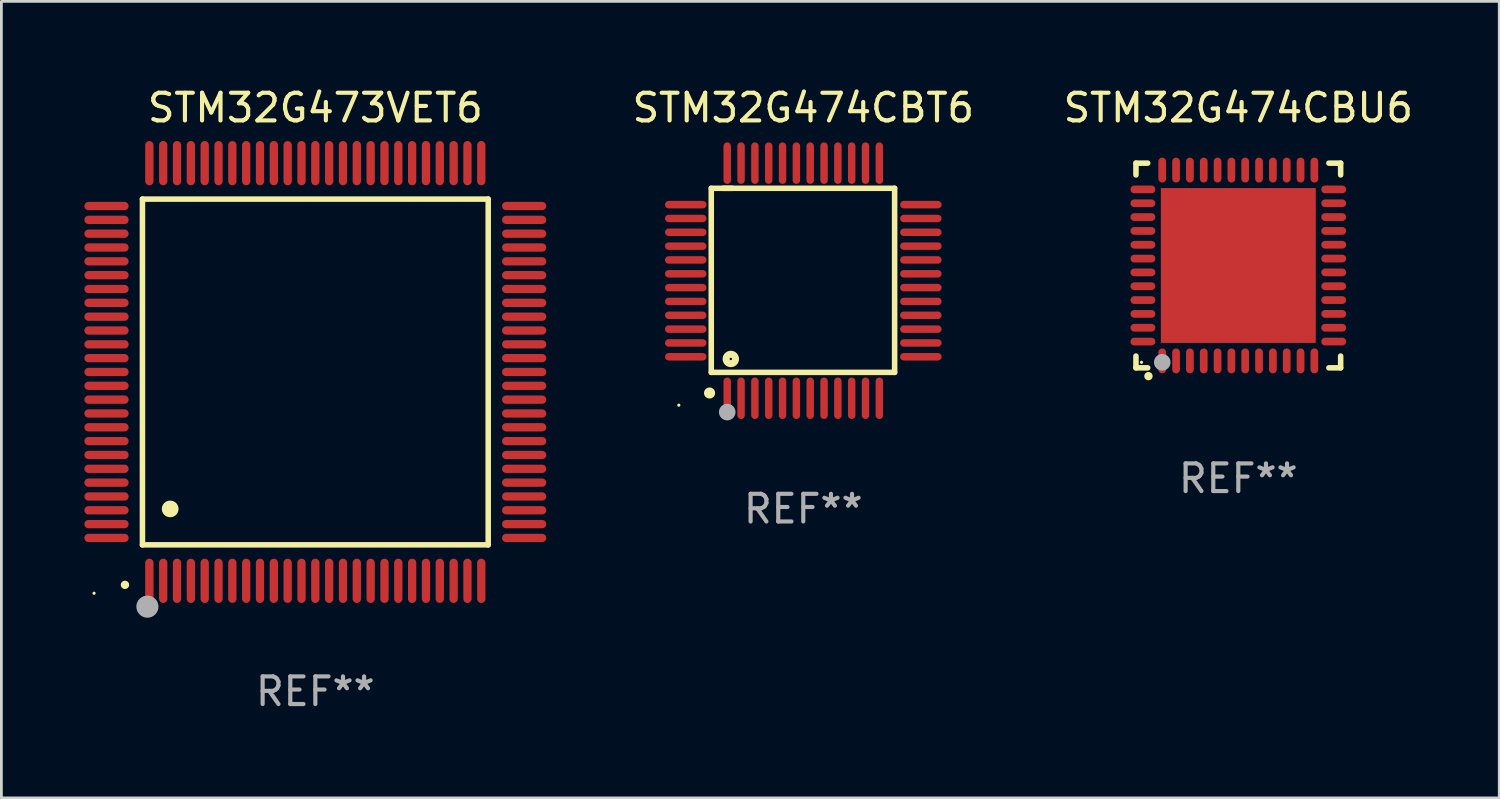
<source format=kicad_pcb>
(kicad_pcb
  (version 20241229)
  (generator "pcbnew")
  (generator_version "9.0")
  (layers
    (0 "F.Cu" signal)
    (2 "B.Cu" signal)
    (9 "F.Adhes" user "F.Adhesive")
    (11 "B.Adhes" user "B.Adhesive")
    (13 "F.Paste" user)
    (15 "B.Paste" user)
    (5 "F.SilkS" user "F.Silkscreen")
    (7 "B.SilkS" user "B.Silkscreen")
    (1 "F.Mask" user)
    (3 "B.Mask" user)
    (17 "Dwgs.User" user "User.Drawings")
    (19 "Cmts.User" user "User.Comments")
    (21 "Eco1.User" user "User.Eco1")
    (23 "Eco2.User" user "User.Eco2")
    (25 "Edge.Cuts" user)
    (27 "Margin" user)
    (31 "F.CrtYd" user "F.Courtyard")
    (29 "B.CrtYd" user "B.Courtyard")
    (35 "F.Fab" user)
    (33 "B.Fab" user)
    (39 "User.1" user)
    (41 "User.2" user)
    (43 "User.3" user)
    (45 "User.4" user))
  (footprint "STM32G474CBU6"
    (layer "F.Cu")
    (at 41.718 6.548)
    (property "Reference" "STM32G474CBU6" (at 0 -5.7 0) (layer "F.SilkS") (effects (font (size 1 1) (thickness 0.15))))
    (attr through_hole)
    (fp_line (start -3.7 -3.7) (end -3.275 -3.7) (stroke (width 0.2) (type solid)) (layer "F.SilkS"))
    (fp_line (start -3.7 -3.275) (end -3.7 -3.7) (stroke (width 0.2) (type solid)) (layer "F.SilkS"))
    (fp_line (start -3.7 3.7) (end -3.7 3.275) (stroke (width 0.2) (type solid)) (layer "F.SilkS"))
    (fp_line (start -3.275 3.7) (end -3.7 3.7) (stroke (width 0.2) (type solid)) (layer "F.SilkS"))
    (fp_line (start 3.7 -3.7) (end 3.275 -3.7) (stroke (width 0.2) (type solid)) (layer "F.SilkS"))
    (fp_line (start 3.7 -3.275) (end 3.7 -3.7) (stroke (width 0.2) (type solid)) (layer "F.SilkS"))
    (fp_line (start 3.7 3.275) (end 3.7 3.7) (stroke (width 0.2) (type solid)) (layer "F.SilkS"))
    (fp_line (start 3.7 3.7) (end 3.275 3.7) (stroke (width 0.2) (type solid)) (layer "F.SilkS"))
    (fp_arc (start -3.249936 3.999975) (mid -3.248666 3.99997) (end -3.247396 3.999975) (stroke (width 0.3) (type solid)) (layer "F.SilkS"))
    (fp_circle (center -3.5 3.5) (end -3.47 3.5) (stroke (width 0.06) (type solid)) (fill no) (layer "F.SilkS"))
    (fp_circle (center -2.75 3.5) (end -2.6 3.5) (stroke (width 0.3) (type solid)) (fill no) (layer "F.Fab"))
    (fp_text user "REF**" (at 0 7.7 0) (layer "F.Fab") (effects (font (size 1 1) (thickness 0.15))))
    (pad "1" smd oval (at -2.751 3.449) (size 0.28 0.9) (layers "F.Cu" "F.Mask" "F.Paste"))
    (pad "2" smd oval (at -2.25 3.449) (size 0.28 0.9) (layers "F.Cu" "F.Mask" "F.Paste"))
    (pad "3" smd oval (at -1.75 3.449) (size 0.28 0.9) (layers "F.Cu" "F.Mask" "F.Paste"))
    (pad "4" smd oval (at -1.25 3.449) (size 0.28 0.9) (layers "F.Cu" "F.Mask" "F.Paste"))
    (pad "5" smd oval (at -0.749 3.449) (size 0.28 0.9) (layers "F.Cu" "F.Mask" "F.Paste"))
    (pad "6" smd oval (at -0.249 3.449) (size 0.28 0.9) (layers "F.Cu" "F.Mask" "F.Paste"))
    (pad "7" smd oval (at 0.249 3.449) (size 0.28 0.9) (layers "F.Cu" "F.Mask" "F.Paste"))
    (pad "8" smd oval (at 0.749 3.449) (size 0.28 0.9) (layers "F.Cu" "F.Mask" "F.Paste"))
    (pad "9" smd oval (at 1.25 3.449) (size 0.28 0.9) (layers "F.Cu" "F.Mask" "F.Paste"))
    (pad "10" smd oval (at 1.75 3.449) (size 0.28 0.9) (layers "F.Cu" "F.Mask" "F.Paste"))
    (pad "11" smd oval (at 2.251 3.449) (size 0.28 0.9) (layers "F.Cu" "F.Mask" "F.Paste"))
    (pad "12" smd oval (at 2.751 3.449) (size 0.28 0.9) (layers "F.Cu" "F.Mask" "F.Paste"))
    (pad "13" smd oval (at 3.449 2.75) (size 0.9 0.28) (layers "F.Cu" "F.Mask" "F.Paste"))
    (pad "14" smd oval (at 3.449 2.25) (size 0.9 0.28) (layers "F.Cu" "F.Mask" "F.Paste"))
    (pad "15" smd oval (at 3.449 1.75) (size 0.9 0.28) (layers "F.Cu" "F.Mask" "F.Paste"))
    (pad "16" smd oval (at 3.449 1.25) (size 0.9 0.28) (layers "F.Cu" "F.Mask" "F.Paste"))
    (pad "17" smd oval (at 3.449 0.75) (size 0.9 0.28) (layers "F.Cu" "F.Mask" "F.Paste"))
    (pad "18" smd oval (at 3.449 0.25) (size 0.9 0.28) (layers "F.Cu" "F.Mask" "F.Paste"))
    (pad "19" smd oval (at 3.449 -0.25) (size 0.9 0.28) (layers "F.Cu" "F.Mask" "F.Paste"))
    (pad "20" smd oval (at 3.449 -0.75) (size 0.9 0.28) (layers "F.Cu" "F.Mask" "F.Paste"))
    (pad "21" smd oval (at 3.449 -1.25) (size 0.9 0.28) (layers "F.Cu" "F.Mask" "F.Paste"))
    (pad "22" smd oval (at 3.449 -1.75) (size 0.9 0.28) (layers "F.Cu" "F.Mask" "F.Paste"))
    (pad "23" smd oval (at 3.449 -2.25) (size 0.9 0.28) (layers "F.Cu" "F.Mask" "F.Paste"))
    (pad "24" smd oval (at 3.449 -2.75) (size 0.9 0.28) (layers "F.Cu" "F.Mask" "F.Paste"))
    (pad "25" smd oval (at 2.751 -3.449) (size 0.28 0.9) (layers "F.Cu" "F.Mask" "F.Paste"))
    (pad "26" smd oval (at 2.251 -3.449) (size 0.28 0.9) (layers "F.Cu" "F.Mask" "F.Paste"))
    (pad "27" smd oval (at 1.75 -3.449) (size 0.28 0.9) (layers "F.Cu" "F.Mask" "F.Paste"))
    (pad "28" smd oval (at 1.25 -3.449) (size 0.28 0.9) (layers "F.Cu" "F.Mask" "F.Paste"))
    (pad "29" smd oval (at 0.749 -3.449) (size 0.28 0.9) (layers "F.Cu" "F.Mask" "F.Paste"))
    (pad "30" smd oval (at 0.249 -3.449) (size 0.28 0.9) (layers "F.Cu" "F.Mask" "F.Paste"))
    (pad "31" smd oval (at -0.249 -3.449) (size 0.28 0.9) (layers "F.Cu" "F.Mask" "F.Paste"))
    (pad "32" smd oval (at -0.749 -3.449) (size 0.28 0.9) (layers "F.Cu" "F.Mask" "F.Paste"))
    (pad "33" smd oval (at -1.25 -3.449) (size 0.28 0.9) (layers "F.Cu" "F.Mask" "F.Paste"))
    (pad "34" smd oval (at -1.75 -3.449) (size 0.28 0.9) (layers "F.Cu" "F.Mask" "F.Paste"))
    (pad "35" smd oval (at -2.25 -3.449) (size 0.28 0.9) (layers "F.Cu" "F.Mask" "F.Paste"))
    (pad "36" smd oval (at -2.751 -3.449) (size 0.28 0.9) (layers "F.Cu" "F.Mask" "F.Paste"))
    (pad "37" smd oval (at -3.449 -2.751) (size 0.9 0.28) (layers "F.Cu" "F.Mask" "F.Paste"))
    (pad "38" smd oval (at -3.449 -2.25) (size 0.9 0.28) (layers "F.Cu" "F.Mask" "F.Paste"))
    (pad "39" smd oval (at -3.449 -1.75) (size 0.9 0.28) (layers "F.Cu" "F.Mask" "F.Paste"))
    (pad "40" smd oval (at -3.449 -1.25) (size 0.9 0.28) (layers "F.Cu" "F.Mask" "F.Paste"))
    (pad "41" smd oval (at -3.449 -0.749) (size 0.9 0.28) (layers "F.Cu" "F.Mask" "F.Paste"))
    (pad "42" smd oval (at -3.449 -0.249) (size 0.9 0.28) (layers "F.Cu" "F.Mask" "F.Paste"))
    (pad "43" smd oval (at -3.449 0.249) (size 0.9 0.28) (layers "F.Cu" "F.Mask" "F.Paste"))
    (pad "44" smd oval (at -3.449 0.749) (size 0.9 0.28) (layers "F.Cu" "F.Mask" "F.Paste"))
    (pad "45" smd oval (at -3.449 1.25) (size 0.9 0.28) (layers "F.Cu" "F.Mask" "F.Paste"))
    (pad "46" smd oval (at -3.449 1.75) (size 0.9 0.28) (layers "F.Cu" "F.Mask" "F.Paste"))
    (pad "47" smd oval (at -3.449 2.25) (size 0.9 0.28) (layers "F.Cu" "F.Mask" "F.Paste"))
    (pad "48" smd oval (at -3.449 2.751) (size 0.9 0.28) (layers "F.Cu" "F.Mask" "F.Paste"))
    (pad "49" smd rect (at 0.000076 -0.000025) (size 5.6 5.6) (layers "F.Cu" "F.Mask" "F.Paste")))
  (footprint "STM32G473VET6"
    (layer "F.Cu")
    (at 8.35 10.398)
    (property "Reference" "STM32G473VET6" (at 0 -9.55 0) (layer "F.SilkS") (effects (font (size 1 1) (thickness 0.15))))
    (attr through_hole)
    (fp_line (start -6.25 -6.25) (end -6.25 6.25) (stroke (width 0.2) (type solid)) (layer "F.SilkS"))
    (fp_line (start -6.25 6.25) (end 6.25 6.25) (stroke (width 0.2) (type solid)) (layer "F.SilkS"))
    (fp_line (start 6.25 -6.25) (end -6.25 -6.25) (stroke (width 0.2) (type solid)) (layer "F.SilkS"))
    (fp_line (start 6.25 6.25) (end 6.25 -6.25) (stroke (width 0.2) (type solid)) (layer "F.SilkS"))
    (fp_arc (start -6.883414 7.696215) (mid -6.882144 7.69621) (end -6.880874 7.696215) (stroke (width 0.3) (type solid)) (layer "F.SilkS"))
    (fp_arc (start -5.250191 4.95047) (mid -5.247651 4.950459) (end -5.245111 4.95047) (stroke (width 0.6) (type solid)) (layer "F.SilkS"))
    (fp_circle (center -8 8) (end -7.97 8) (stroke (width 0.06) (type solid)) (fill no) (layer "F.SilkS"))
    (fp_circle (center -6.071 8.484) (end -5.871 8.484) (stroke (width 0.4) (type solid)) (fill no) (layer "F.Fab"))
    (fp_text user "REF**" (at 0 11.55 0) (layer "F.Fab") (effects (font (size 1 1) (thickness 0.15))))
    (pad "1" smd oval (at -6 7.55) (size 0.3 1.6) (layers "F.Cu" "F.Mask" "F.Paste"))
    (pad "2" smd oval (at -5.5 7.55) (size 0.3 1.6) (layers "F.Cu" "F.Mask" "F.Paste"))
    (pad "3" smd oval (at -5 7.55) (size 0.3 1.6) (layers "F.Cu" "F.Mask" "F.Paste"))
    (pad "4" smd oval (at -4.5 7.55) (size 0.3 1.6) (layers "F.Cu" "F.Mask" "F.Paste"))
    (pad "5" smd oval (at -4 7.55) (size 0.3 1.6) (layers "F.Cu" "F.Mask" "F.Paste"))
    (pad "6" smd oval (at -3.5 7.55) (size 0.3 1.6) (layers "F.Cu" "F.Mask" "F.Paste"))
    (pad "7" smd oval (at -3 7.55) (size 0.3 1.6) (layers "F.Cu" "F.Mask" "F.Paste"))
    (pad "8" smd oval (at -2.5 7.55) (size 0.3 1.6) (layers "F.Cu" "F.Mask" "F.Paste"))
    (pad "9" smd oval (at -2 7.55) (size 0.3 1.6) (layers "F.Cu" "F.Mask" "F.Paste"))
    (pad "10" smd oval (at -1.5 7.55) (size 0.3 1.6) (layers "F.Cu" "F.Mask" "F.Paste"))
    (pad "11" smd oval (at -1 7.55) (size 0.3 1.6) (layers "F.Cu" "F.Mask" "F.Paste"))
    (pad "12" smd oval (at -0.5 7.55) (size 0.3 1.6) (layers "F.Cu" "F.Mask" "F.Paste"))
    (pad "13" smd oval (at 0 7.55) (size 0.3 1.6) (layers "F.Cu" "F.Mask" "F.Paste"))
    (pad "14" smd oval (at 0.5 7.55) (size 0.3 1.6) (layers "F.Cu" "F.Mask" "F.Paste"))
    (pad "15" smd oval (at 1 7.55) (size 0.3 1.6) (layers "F.Cu" "F.Mask" "F.Paste"))
    (pad "16" smd oval (at 1.5 7.55) (size 0.3 1.6) (layers "F.Cu" "F.Mask" "F.Paste"))
    (pad "17" smd oval (at 2 7.55) (size 0.3 1.6) (layers "F.Cu" "F.Mask" "F.Paste"))
    (pad "18" smd oval (at 2.5 7.55) (size 0.3 1.6) (layers "F.Cu" "F.Mask" "F.Paste"))
    (pad "19" smd oval (at 3 7.55) (size 0.3 1.6) (layers "F.Cu" "F.Mask" "F.Paste"))
    (pad "20" smd oval (at 3.5 7.55) (size 0.3 1.6) (layers "F.Cu" "F.Mask" "F.Paste"))
    (pad "21" smd oval (at 4 7.55) (size 0.3 1.6) (layers "F.Cu" "F.Mask" "F.Paste"))
    (pad "22" smd oval (at 4.5 7.55) (size 0.3 1.6) (layers "F.Cu" "F.Mask" "F.Paste"))
    (pad "23" smd oval (at 5 7.55) (size 0.3 1.6) (layers "F.Cu" "F.Mask" "F.Paste"))
    (pad "24" smd oval (at 5.5 7.55) (size 0.3 1.6) (layers "F.Cu" "F.Mask" "F.Paste"))
    (pad "25" smd oval (at 6 7.55) (size 0.3 1.6) (layers "F.Cu" "F.Mask" "F.Paste"))
    (pad "26" smd oval (at 7.55 6) (size 1.6 0.3) (layers "F.Cu" "F.Mask" "F.Paste"))
    (pad "27" smd oval (at 7.55 5.5) (size 1.6 0.3) (layers "F.Cu" "F.Mask" "F.Paste"))
    (pad "28" smd oval (at 7.55 5) (size 1.6 0.3) (layers "F.Cu" "F.Mask" "F.Paste"))
    (pad "29" smd oval (at 7.55 4.5) (size 1.6 0.3) (layers "F.Cu" "F.Mask" "F.Paste"))
    (pad "30" smd oval (at 7.55 4) (size 1.6 0.3) (layers "F.Cu" "F.Mask" "F.Paste"))
    (pad "31" smd oval (at 7.55 3.5) (size 1.6 0.3) (layers "F.Cu" "F.Mask" "F.Paste"))
    (pad "32" smd oval (at 7.55 3) (size 1.6 0.3) (layers "F.Cu" "F.Mask" "F.Paste"))
    (pad "33" smd oval (at 7.55 2.5) (size 1.6 0.3) (layers "F.Cu" "F.Mask" "F.Paste"))
    (pad "34" smd oval (at 7.55 2) (size 1.6 0.3) (layers "F.Cu" "F.Mask" "F.Paste"))
    (pad "35" smd oval (at 7.55 1.5) (size 1.6 0.3) (layers "F.Cu" "F.Mask" "F.Paste"))
    (pad "36" smd oval (at 7.55 1) (size 1.6 0.3) (layers "F.Cu" "F.Mask" "F.Paste"))
    (pad "37" smd oval (at 7.55 0.5) (size 1.6 0.3) (layers "F.Cu" "F.Mask" "F.Paste"))
    (pad "38" smd oval (at 7.55 0) (size 1.6 0.3) (layers "F.Cu" "F.Mask" "F.Paste"))
    (pad "39" smd oval (at 7.55 -0.5) (size 1.6 0.3) (layers "F.Cu" "F.Mask" "F.Paste"))
    (pad "40" smd oval (at 7.55 -1) (size 1.6 0.3) (layers "F.Cu" "F.Mask" "F.Paste"))
    (pad "41" smd oval (at 7.55 -1.5) (size 1.6 0.3) (layers "F.Cu" "F.Mask" "F.Paste"))
    (pad "42" smd oval (at 7.55 -2) (size 1.6 0.3) (layers "F.Cu" "F.Mask" "F.Paste"))
    (pad "43" smd oval (at 7.55 -2.5) (size 1.6 0.3) (layers "F.Cu" "F.Mask" "F.Paste"))
    (pad "44" smd oval (at 7.55 -3) (size 1.6 0.3) (layers "F.Cu" "F.Mask" "F.Paste"))
    (pad "45" smd oval (at 7.55 -3.5) (size 1.6 0.3) (layers "F.Cu" "F.Mask" "F.Paste"))
    (pad "46" smd oval (at 7.55 -4) (size 1.6 0.3) (layers "F.Cu" "F.Mask" "F.Paste"))
    (pad "47" smd oval (at 7.55 -4.5) (size 1.6 0.3) (layers "F.Cu" "F.Mask" "F.Paste"))
    (pad "48" smd oval (at 7.55 -5) (size 1.6 0.3) (layers "F.Cu" "F.Mask" "F.Paste"))
    (pad "49" smd oval (at 7.55 -5.5) (size 1.6 0.3) (layers "F.Cu" "F.Mask" "F.Paste"))
    (pad "50" smd oval (at 7.55 -6) (size 1.6 0.3) (layers "F.Cu" "F.Mask" "F.Paste"))
    (pad "51" smd oval (at 6 -7.55) (size 0.3 1.6) (layers "F.Cu" "F.Mask" "F.Paste"))
    (pad "52" smd oval (at 5.5 -7.55) (size 0.3 1.6) (layers "F.Cu" "F.Mask" "F.Paste"))
    (pad "53" smd oval (at 5 -7.55) (size 0.3 1.6) (layers "F.Cu" "F.Mask" "F.Paste"))
    (pad "54" smd oval (at 4.5 -7.55) (size 0.3 1.6) (layers "F.Cu" "F.Mask" "F.Paste"))
    (pad "55" smd oval (at 4 -7.55) (size 0.3 1.6) (layers "F.Cu" "F.Mask" "F.Paste"))
    (pad "56" smd oval (at 3.5 -7.55) (size 0.3 1.6) (layers "F.Cu" "F.Mask" "F.Paste"))
    (pad "57" smd oval (at 3 -7.55) (size 0.3 1.6) (layers "F.Cu" "F.Mask" "F.Paste"))
    (pad "58" smd oval (at 2.5 -7.55) (size 0.3 1.6) (layers "F.Cu" "F.Mask" "F.Paste"))
    (pad "59" smd oval (at 2 -7.55) (size 0.3 1.6) (layers "F.Cu" "F.Mask" "F.Paste"))
    (pad "60" smd oval (at 1.5 -7.55) (size 0.3 1.6) (layers "F.Cu" "F.Mask" "F.Paste"))
    (pad "61" smd oval (at 1 -7.55) (size 0.3 1.6) (layers "F.Cu" "F.Mask" "F.Paste"))
    (pad "62" smd oval (at 0.5 -7.55) (size 0.3 1.6) (layers "F.Cu" "F.Mask" "F.Paste"))
    (pad "63" smd oval (at 0 -7.55) (size 0.3 1.6) (layers "F.Cu" "F.Mask" "F.Paste"))
    (pad "64" smd oval (at -0.5 -7.55) (size 0.3 1.6) (layers "F.Cu" "F.Mask" "F.Paste"))
    (pad "65" smd oval (at -1 -7.55) (size 0.3 1.6) (layers "F.Cu" "F.Mask" "F.Paste"))
    (pad "66" smd oval (at -1.5 -7.55) (size 0.3 1.6) (layers "F.Cu" "F.Mask" "F.Paste"))
    (pad "67" smd oval (at -2 -7.55) (size 0.3 1.6) (layers "F.Cu" "F.Mask" "F.Paste"))
    (pad "68" smd oval (at -2.5 -7.55) (size 0.3 1.6) (layers "F.Cu" "F.Mask" "F.Paste"))
    (pad "69" smd oval (at -3 -7.55) (size 0.3 1.6) (layers "F.Cu" "F.Mask" "F.Paste"))
    (pad "70" smd oval (at -3.5 -7.55) (size 0.3 1.6) (layers "F.Cu" "F.Mask" "F.Paste"))
    (pad "71" smd oval (at -4 -7.55) (size 0.3 1.6) (layers "F.Cu" "F.Mask" "F.Paste"))
    (pad "72" smd oval (at -4.5 -7.55) (size 0.3 1.6) (layers "F.Cu" "F.Mask" "F.Paste"))
    (pad "73" smd oval (at -5 -7.55) (size 0.3 1.6) (layers "F.Cu" "F.Mask" "F.Paste"))
    (pad "74" smd oval (at -5.5 -7.55) (size 0.3 1.6) (layers "F.Cu" "F.Mask" "F.Paste"))
    (pad "75" smd oval (at -6 -7.55) (size 0.3 1.6) (layers "F.Cu" "F.Mask" "F.Paste"))
    (pad "76" smd oval (at -7.55 -6) (size 1.6 0.3) (layers "F.Cu" "F.Mask" "F.Paste"))
    (pad "77" smd oval (at -7.55 -5.5) (size 1.6 0.3) (layers "F.Cu" "F.Mask" "F.Paste"))
    (pad "78" smd oval (at -7.55 -5) (size 1.6 0.3) (layers "F.Cu" "F.Mask" "F.Paste"))
    (pad "79" smd oval (at -7.55 -4.5) (size 1.6 0.3) (layers "F.Cu" "F.Mask" "F.Paste"))
    (pad "80" smd oval (at -7.55 -4) (size 1.6 0.3) (layers "F.Cu" "F.Mask" "F.Paste"))
    (pad "81" smd oval (at -7.55 -3.5) (size 1.6 0.3) (layers "F.Cu" "F.Mask" "F.Paste"))
    (pad "82" smd oval (at -7.55 -3) (size 1.6 0.3) (layers "F.Cu" "F.Mask" "F.Paste"))
    (pad "83" smd oval (at -7.55 -2.5) (size 1.6 0.3) (layers "F.Cu" "F.Mask" "F.Paste"))
    (pad "84" smd oval (at -7.55 -2) (size 1.6 0.3) (layers "F.Cu" "F.Mask" "F.Paste"))
    (pad "85" smd oval (at -7.55 -1.5) (size 1.6 0.3) (layers "F.Cu" "F.Mask" "F.Paste"))
    (pad "86" smd oval (at -7.55 -1) (size 1.6 0.3) (layers "F.Cu" "F.Mask" "F.Paste"))
    (pad "87" smd oval (at -7.55 -0.5) (size 1.6 0.3) (layers "F.Cu" "F.Mask" "F.Paste"))
    (pad "88" smd oval (at -7.55 0) (size 1.6 0.3) (layers "F.Cu" "F.Mask" "F.Paste"))
    (pad "89" smd oval (at -7.55 0.5) (size 1.6 0.3) (layers "F.Cu" "F.Mask" "F.Paste"))
    (pad "90" smd oval (at -7.55 1) (size 1.6 0.3) (layers "F.Cu" "F.Mask" "F.Paste"))
    (pad "91" smd oval (at -7.55 1.5) (size 1.6 0.3) (layers "F.Cu" "F.Mask" "F.Paste"))
    (pad "92" smd oval (at -7.55 2) (size 1.6 0.3) (layers "F.Cu" "F.Mask" "F.Paste"))
    (pad "93" smd oval (at -7.55 2.5) (size 1.6 0.3) (layers "F.Cu" "F.Mask" "F.Paste"))
    (pad "94" smd oval (at -7.55 3) (size 1.6 0.3) (layers "F.Cu" "F.Mask" "F.Paste"))
    (pad "95" smd oval (at -7.55 3.5) (size 1.6 0.3) (layers "F.Cu" "F.Mask" "F.Paste"))
    (pad "96" smd oval (at -7.55 4) (size 1.6 0.3) (layers "F.Cu" "F.Mask" "F.Paste"))
    (pad "97" smd oval (at -7.55 4.5) (size 1.6 0.3) (layers "F.Cu" "F.Mask" "F.Paste"))
    (pad "98" smd oval (at -7.55 5) (size 1.6 0.3) (layers "F.Cu" "F.Mask" "F.Paste"))
    (pad "99" smd oval (at -7.55 5.5) (size 1.6 0.3) (layers "F.Cu" "F.Mask" "F.Paste"))
    (pad "100" smd oval (at -7.55 6) (size 1.6 0.3) (layers "F.Cu" "F.Mask" "F.Paste")))
  (footprint "STM32G474CBT6"
    (layer "F.Cu")
    (at 25.991 7.098)
    (property "Reference" "STM32G474CBT6" (at 0 -6.25 0) (layer "F.SilkS") (effects (font (size 1 1) (thickness 0.15))))
    (attr through_hole)
    (fp_line (start -3.327 -3.34) (end -2.565 -3.34) (stroke (width 0.2) (type solid)) (layer "F.SilkS"))
    (fp_line (start -3.327 3.315) (end -3.327 -3.34) (stroke (width 0.2) (type solid)) (layer "F.SilkS"))
    (fp_line (start -2.896 -3.34) (end 3.302 -3.34) (stroke (width 0.2) (type solid)) (layer "F.SilkS"))
    (fp_line (start 3.302 -3.34) (end 3.302 3.315) (stroke (width 0.2) (type solid)) (layer "F.SilkS"))
    (fp_line (start 3.302 3.315) (end -3.327 3.315) (stroke (width 0.2) (type solid)) (layer "F.SilkS"))
    (fp_arc (start -3.389992 4.059995) (mid -3.388722 4.059991) (end -3.387452 4.059995) (stroke (width 0.4) (type solid)) (layer "F.SilkS"))
    (fp_circle (center -4.5 4.5) (end -4.47 4.5) (stroke (width 0.06) (type solid)) (fill no) (layer "F.SilkS"))
    (fp_circle (center -2.62 2.83) (end -2.45 2.83) (stroke (width 0.254) (type solid)) (fill no) (layer "F.SilkS"))
    (fp_circle (center -2.75 4.75) (end -2.6 4.75) (stroke (width 0.3) (type solid)) (fill no) (layer "F.Fab"))
    (fp_text user "REF**" (at 0 8.25 0) (layer "F.Fab") (effects (font (size 1 1) (thickness 0.15))))
    (pad "1" smd oval (at -2.75 4.25) (size 0.27 1.5) (layers "F.Cu" "F.Mask" "F.Paste"))
    (pad "2" smd oval (at -2.25 4.25) (size 0.27 1.5) (layers "F.Cu" "F.Mask" "F.Paste"))
    (pad "3" smd oval (at -1.75 4.25) (size 0.27 1.5) (layers "F.Cu" "F.Mask" "F.Paste"))
    (pad "4" smd oval (at -1.25 4.25) (size 0.27 1.5) (layers "F.Cu" "F.Mask" "F.Paste"))
    (pad "5" smd oval (at -0.75 4.25) (size 0.27 1.5) (layers "F.Cu" "F.Mask" "F.Paste"))
    (pad "6" smd oval (at -0.25 4.25) (size 0.27 1.5) (layers "F.Cu" "F.Mask" "F.Paste"))
    (pad "7" smd oval (at 0.25 4.25) (size 0.27 1.5) (layers "F.Cu" "F.Mask" "F.Paste"))
    (pad "8" smd oval (at 0.75 4.25) (size 0.27 1.5) (layers "F.Cu" "F.Mask" "F.Paste"))
    (pad "9" smd oval (at 1.25 4.25) (size 0.27 1.5) (layers "F.Cu" "F.Mask" "F.Paste"))
    (pad "10" smd oval (at 1.75 4.25) (size 0.27 1.5) (layers "F.Cu" "F.Mask" "F.Paste"))
    (pad "11" smd oval (at 2.25 4.25) (size 0.27 1.5) (layers "F.Cu" "F.Mask" "F.Paste"))
    (pad "12" smd oval (at 2.75 4.25) (size 0.27 1.5) (layers "F.Cu" "F.Mask" "F.Paste"))
    (pad "13" smd oval (at 4.25 2.75) (size 1.5 0.27) (layers "F.Cu" "F.Mask" "F.Paste"))
    (pad "14" smd oval (at 4.25 2.25) (size 1.5 0.27) (layers "F.Cu" "F.Mask" "F.Paste"))
    (pad "15" smd oval (at 4.25 1.75) (size 1.5 0.27) (layers "F.Cu" "F.Mask" "F.Paste"))
    (pad "16" smd oval (at 4.25 1.25) (size 1.5 0.27) (layers "F.Cu" "F.Mask" "F.Paste"))
    (pad "17" smd oval (at 4.25 0.75) (size 1.5 0.27) (layers "F.Cu" "F.Mask" "F.Paste"))
    (pad "18" smd oval (at 4.25 0.25) (size 1.5 0.27) (layers "F.Cu" "F.Mask" "F.Paste"))
    (pad "19" smd oval (at 4.25 -0.25) (size 1.5 0.27) (layers "F.Cu" "F.Mask" "F.Paste"))
    (pad "20" smd oval (at 4.25 -0.75) (size 1.5 0.27) (layers "F.Cu" "F.Mask" "F.Paste"))
    (pad "21" smd oval (at 4.25 -1.25) (size 1.5 0.27) (layers "F.Cu" "F.Mask" "F.Paste"))
    (pad "22" smd oval (at 4.25 -1.75) (size 1.5 0.27) (layers "F.Cu" "F.Mask" "F.Paste"))
    (pad "23" smd oval (at 4.25 -2.25) (size 1.5 0.27) (layers "F.Cu" "F.Mask" "F.Paste"))
    (pad "24" smd oval (at 4.25 -2.75) (size 1.5 0.27) (layers "F.Cu" "F.Mask" "F.Paste"))
    (pad "25" smd oval (at 2.75 -4.25) (size 0.27 1.5) (layers "F.Cu" "F.Mask" "F.Paste"))
    (pad "26" smd oval (at 2.25 -4.25) (size 0.27 1.5) (layers "F.Cu" "F.Mask" "F.Paste"))
    (pad "27" smd oval (at 1.75 -4.25) (size 0.27 1.5) (layers "F.Cu" "F.Mask" "F.Paste"))
    (pad "28" smd oval (at 1.25 -4.25) (size 0.27 1.5) (layers "F.Cu" "F.Mask" "F.Paste"))
    (pad "29" smd oval (at 0.75 -4.25) (size 0.27 1.5) (layers "F.Cu" "F.Mask" "F.Paste"))
    (pad "30" smd oval (at 0.25 -4.25) (size 0.27 1.5) (layers "F.Cu" "F.Mask" "F.Paste"))
    (pad "31" smd oval (at -0.25 -4.25) (size 0.27 1.5) (layers "F.Cu" "F.Mask" "F.Paste"))
    (pad "32" smd oval (at -0.75 -4.25) (size 0.27 1.5) (layers "F.Cu" "F.Mask" "F.Paste"))
    (pad "33" smd oval (at -1.25 -4.25) (size 0.27 1.5) (layers "F.Cu" "F.Mask" "F.Paste"))
    (pad "34" smd oval (at -1.75 -4.25) (size 0.27 1.5) (layers "F.Cu" "F.Mask" "F.Paste"))
    (pad "35" smd oval (at -2.25 -4.25) (size 0.27 1.5) (layers "F.Cu" "F.Mask" "F.Paste"))
    (pad "36" smd oval (at -2.75 -4.25) (size 0.27 1.5) (layers "F.Cu" "F.Mask" "F.Paste"))
    (pad "37" smd oval (at -4.25 -2.75) (size 1.5 0.27) (layers "F.Cu" "F.Mask" "F.Paste"))
    (pad "38" smd oval (at -4.25 -2.25) (size 1.5 0.27) (layers "F.Cu" "F.Mask" "F.Paste"))
    (pad "39" smd oval (at -4.25 -1.75) (size 1.5 0.27) (layers "F.Cu" "F.Mask" "F.Paste"))
    (pad "40" smd oval (at -4.25 -1.25) (size 1.5 0.27) (layers "F.Cu" "F.Mask" "F.Paste"))
    (pad "41" smd oval (at -4.25 -0.75) (size 1.5 0.27) (layers "F.Cu" "F.Mask" "F.Paste"))
    (pad "42" smd oval (at -4.25 -0.25) (size 1.5 0.27) (layers "F.Cu" "F.Mask" "F.Paste"))
    (pad "43" smd oval (at -4.25 0.25) (size 1.5 0.27) (layers "F.Cu" "F.Mask" "F.Paste"))
    (pad "44" smd oval (at -4.25 0.75) (size 1.5 0.27) (layers "F.Cu" "F.Mask" "F.Paste"))
    (pad "45" smd oval (at -4.25 1.25) (size 1.5 0.27) (layers "F.Cu" "F.Mask" "F.Paste"))
    (pad "46" smd oval (at -4.25 1.75) (size 1.5 0.27) (layers "F.Cu" "F.Mask" "F.Paste"))
    (pad "47" smd oval (at -4.25 2.25) (size 1.5 0.27) (layers "F.Cu" "F.Mask" "F.Paste"))
    (pad "48" smd oval (at -4.25 2.75) (size 1.5 0.27) (layers "F.Cu" "F.Mask" "F.Paste")))
  (gr_rect
    (start -3 -3)
    (end 51.152 25.796)
    (stroke (width 0.1) (type default))
    (fill no)
    (layer "Edge.Cuts")))
</source>
